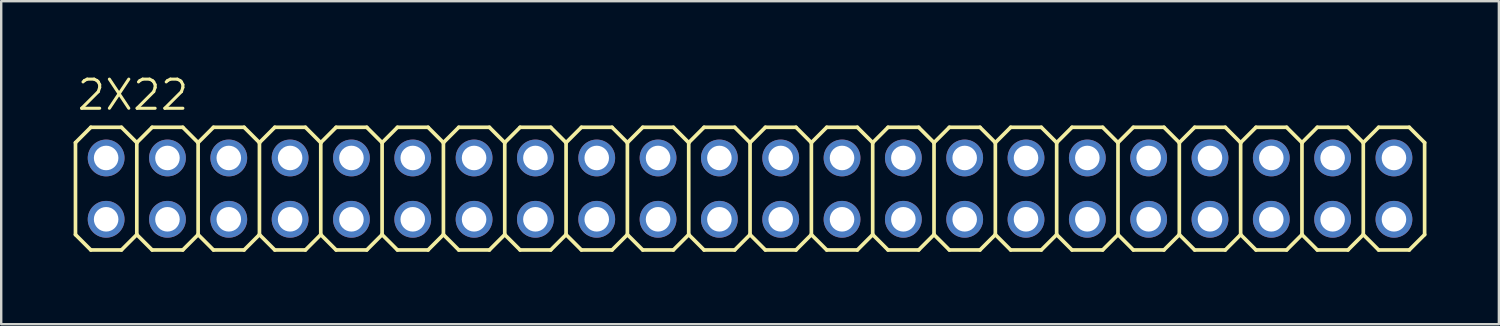
<source format=kicad_pcb>
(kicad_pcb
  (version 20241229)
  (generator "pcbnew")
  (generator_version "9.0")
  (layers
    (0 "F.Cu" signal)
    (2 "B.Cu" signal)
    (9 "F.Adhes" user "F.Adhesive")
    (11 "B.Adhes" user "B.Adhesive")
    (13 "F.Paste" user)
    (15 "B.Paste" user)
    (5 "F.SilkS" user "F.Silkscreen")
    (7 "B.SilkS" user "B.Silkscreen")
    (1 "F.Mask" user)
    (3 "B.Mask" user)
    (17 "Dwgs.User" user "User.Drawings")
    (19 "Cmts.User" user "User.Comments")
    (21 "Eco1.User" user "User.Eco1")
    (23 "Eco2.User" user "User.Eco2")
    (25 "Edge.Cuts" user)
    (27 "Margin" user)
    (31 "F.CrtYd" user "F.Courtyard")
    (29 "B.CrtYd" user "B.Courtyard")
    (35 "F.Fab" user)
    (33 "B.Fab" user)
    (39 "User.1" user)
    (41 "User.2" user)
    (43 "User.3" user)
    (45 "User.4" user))
  (footprint "2X22"
    (layer "F.Cu")
    (at 26.746 4.763)
    (property "Reference" "2X22" (at -26.67 -3.175 0) (layer "F.SilkS") (effects (font (size 1.206 1.206) (thickness 0.127)) (justify left bottom)))
    (attr through_hole)
    (fp_line (start -26.67 -1.905) (end -26.035 -2.54) (stroke (width 0.152) (type solid)) (layer "F.SilkS"))
    (fp_line (start -26.67 1.905) (end -26.67 -1.905) (stroke (width 0.152) (type solid)) (layer "F.SilkS"))
    (fp_line (start -26.67 1.905) (end -26.035 2.54) (stroke (width 0.152) (type solid)) (layer "F.SilkS"))
    (fp_line (start -26.035 -2.54) (end -24.765 -2.54) (stroke (width 0.152) (type solid)) (layer "F.SilkS"))
    (fp_line (start -26.035 2.54) (end -24.765 2.54) (stroke (width 0.152) (type solid)) (layer "F.SilkS"))
    (fp_line (start -24.765 -2.54) (end -24.13 -1.905) (stroke (width 0.152) (type solid)) (layer "F.SilkS"))
    (fp_line (start -24.765 2.54) (end -24.13 1.905) (stroke (width 0.152) (type solid)) (layer "F.SilkS"))
    (fp_line (start -24.13 -1.905) (end -24.13 1.905) (stroke (width 0.152) (type solid)) (layer "F.SilkS"))
    (fp_line (start -24.13 -1.905) (end -23.495 -2.54) (stroke (width 0.152) (type solid)) (layer "F.SilkS"))
    (fp_line (start -24.13 1.905) (end -23.495 2.54) (stroke (width 0.152) (type solid)) (layer "F.SilkS"))
    (fp_line (start -23.495 -2.54) (end -22.225 -2.54) (stroke (width 0.152) (type solid)) (layer "F.SilkS"))
    (fp_line (start -23.495 2.54) (end -22.225 2.54) (stroke (width 0.152) (type solid)) (layer "F.SilkS"))
    (fp_line (start -22.225 -2.54) (end -21.59 -1.905) (stroke (width 0.152) (type solid)) (layer "F.SilkS"))
    (fp_line (start -22.225 2.54) (end -21.59 1.905) (stroke (width 0.152) (type solid)) (layer "F.SilkS"))
    (fp_line (start -21.59 -1.905) (end -21.59 1.905) (stroke (width 0.152) (type solid)) (layer "F.SilkS"))
    (fp_line (start -21.59 -1.905) (end -20.955 -2.54) (stroke (width 0.152) (type solid)) (layer "F.SilkS"))
    (fp_line (start -21.59 1.905) (end -20.955 2.54) (stroke (width 0.152) (type solid)) (layer "F.SilkS"))
    (fp_line (start -20.955 -2.54) (end -19.685 -2.54) (stroke (width 0.152) (type solid)) (layer "F.SilkS"))
    (fp_line (start -20.955 2.54) (end -19.685 2.54) (stroke (width 0.152) (type solid)) (layer "F.SilkS"))
    (fp_line (start -19.685 -2.54) (end -19.05 -1.905) (stroke (width 0.152) (type solid)) (layer "F.SilkS"))
    (fp_line (start -19.685 2.54) (end -19.05 1.905) (stroke (width 0.152) (type solid)) (layer "F.SilkS"))
    (fp_line (start -19.05 -1.905) (end -19.05 1.905) (stroke (width 0.152) (type solid)) (layer "F.SilkS"))
    (fp_line (start -19.05 -1.905) (end -18.415 -2.54) (stroke (width 0.152) (type solid)) (layer "F.SilkS"))
    (fp_line (start -19.05 1.905) (end -18.415 2.54) (stroke (width 0.152) (type solid)) (layer "F.SilkS"))
    (fp_line (start -18.415 -2.54) (end -17.145 -2.54) (stroke (width 0.152) (type solid)) (layer "F.SilkS"))
    (fp_line (start -18.415 2.54) (end -17.145 2.54) (stroke (width 0.152) (type solid)) (layer "F.SilkS"))
    (fp_line (start -17.145 -2.54) (end -16.51 -1.905) (stroke (width 0.152) (type solid)) (layer "F.SilkS"))
    (fp_line (start -17.145 2.54) (end -16.51 1.905) (stroke (width 0.152) (type solid)) (layer "F.SilkS"))
    (fp_line (start -16.51 -1.905) (end -16.51 1.905) (stroke (width 0.152) (type solid)) (layer "F.SilkS"))
    (fp_line (start -16.51 -1.905) (end -15.875 -2.54) (stroke (width 0.152) (type solid)) (layer "F.SilkS"))
    (fp_line (start -16.51 1.905) (end -15.875 2.54) (stroke (width 0.152) (type solid)) (layer "F.SilkS"))
    (fp_line (start -15.875 -2.54) (end -14.605 -2.54) (stroke (width 0.152) (type solid)) (layer "F.SilkS"))
    (fp_line (start -15.875 2.54) (end -14.605 2.54) (stroke (width 0.152) (type solid)) (layer "F.SilkS"))
    (fp_line (start -14.605 -2.54) (end -13.97 -1.905) (stroke (width 0.152) (type solid)) (layer "F.SilkS"))
    (fp_line (start -14.605 2.54) (end -13.97 1.905) (stroke (width 0.152) (type solid)) (layer "F.SilkS"))
    (fp_line (start -13.97 -1.905) (end -13.97 1.905) (stroke (width 0.152) (type solid)) (layer "F.SilkS"))
    (fp_line (start -13.97 -1.905) (end -13.335 -2.54) (stroke (width 0.152) (type solid)) (layer "F.SilkS"))
    (fp_line (start -13.97 1.905) (end -13.335 2.54) (stroke (width 0.152) (type solid)) (layer "F.SilkS"))
    (fp_line (start -13.335 -2.54) (end -12.065 -2.54) (stroke (width 0.152) (type solid)) (layer "F.SilkS"))
    (fp_line (start -13.335 2.54) (end -12.065 2.54) (stroke (width 0.152) (type solid)) (layer "F.SilkS"))
    (fp_line (start -12.065 -2.54) (end -11.43 -1.905) (stroke (width 0.152) (type solid)) (layer "F.SilkS"))
    (fp_line (start -12.065 2.54) (end -11.43 1.905) (stroke (width 0.152) (type solid)) (layer "F.SilkS"))
    (fp_line (start -11.43 -1.905) (end -11.43 1.905) (stroke (width 0.152) (type solid)) (layer "F.SilkS"))
    (fp_line (start -11.43 -1.905) (end -10.795 -2.54) (stroke (width 0.152) (type solid)) (layer "F.SilkS"))
    (fp_line (start -11.43 1.905) (end -10.795 2.54) (stroke (width 0.152) (type solid)) (layer "F.SilkS"))
    (fp_line (start -10.795 -2.54) (end -9.525 -2.54) (stroke (width 0.152) (type solid)) (layer "F.SilkS"))
    (fp_line (start -9.525 -2.54) (end -8.89 -1.905) (stroke (width 0.152) (type solid)) (layer "F.SilkS"))
    (fp_line (start -9.525 2.54) (end -10.795 2.54) (stroke (width 0.152) (type solid)) (layer "F.SilkS"))
    (fp_line (start -8.89 -1.905) (end -8.89 1.905) (stroke (width 0.152) (type solid)) (layer "F.SilkS"))
    (fp_line (start -8.89 -1.905) (end -8.255 -2.54) (stroke (width 0.152) (type solid)) (layer "F.SilkS"))
    (fp_line (start -8.89 1.905) (end -9.525 2.54) (stroke (width 0.152) (type solid)) (layer "F.SilkS"))
    (fp_line (start -8.89 1.905) (end -8.255 2.54) (stroke (width 0.152) (type solid)) (layer "F.SilkS"))
    (fp_line (start -8.255 -2.54) (end -6.985 -2.54) (stroke (width 0.152) (type solid)) (layer "F.SilkS"))
    (fp_line (start -6.985 -2.54) (end -6.35 -1.905) (stroke (width 0.152) (type solid)) (layer "F.SilkS"))
    (fp_line (start -6.985 2.54) (end -8.255 2.54) (stroke (width 0.152) (type solid)) (layer "F.SilkS"))
    (fp_line (start -6.35 -1.905) (end -6.35 1.905) (stroke (width 0.152) (type solid)) (layer "F.SilkS"))
    (fp_line (start -6.35 -1.905) (end -5.715 -2.54) (stroke (width 0.152) (type solid)) (layer "F.SilkS"))
    (fp_line (start -6.35 1.905) (end -6.985 2.54) (stroke (width 0.152) (type solid)) (layer "F.SilkS"))
    (fp_line (start -6.35 1.905) (end -5.715 2.54) (stroke (width 0.152) (type solid)) (layer "F.SilkS"))
    (fp_line (start -5.715 -2.54) (end -4.445 -2.54) (stroke (width 0.152) (type solid)) (layer "F.SilkS"))
    (fp_line (start -4.445 -2.54) (end -3.81 -1.905) (stroke (width 0.152) (type solid)) (layer "F.SilkS"))
    (fp_line (start -4.445 2.54) (end -5.715 2.54) (stroke (width 0.152) (type solid)) (layer "F.SilkS"))
    (fp_line (start -3.81 -1.905) (end -3.81 1.905) (stroke (width 0.152) (type solid)) (layer "F.SilkS"))
    (fp_line (start -3.81 -1.905) (end -3.175 -2.54) (stroke (width 0.152) (type solid)) (layer "F.SilkS"))
    (fp_line (start -3.81 1.905) (end -4.445 2.54) (stroke (width 0.152) (type solid)) (layer "F.SilkS"))
    (fp_line (start -3.81 1.905) (end -3.175 2.54) (stroke (width 0.152) (type solid)) (layer "F.SilkS"))
    (fp_line (start -3.175 -2.54) (end -1.905 -2.54) (stroke (width 0.152) (type solid)) (layer "F.SilkS"))
    (fp_line (start -1.905 -2.54) (end -1.27 -1.905) (stroke (width 0.152) (type solid)) (layer "F.SilkS"))
    (fp_line (start -1.905 2.54) (end -3.175 2.54) (stroke (width 0.152) (type solid)) (layer "F.SilkS"))
    (fp_line (start -1.27 -1.905) (end -1.27 1.905) (stroke (width 0.152) (type solid)) (layer "F.SilkS"))
    (fp_line (start -1.27 -1.905) (end -0.635 -2.54) (stroke (width 0.152) (type solid)) (layer "F.SilkS"))
    (fp_line (start -1.27 1.905) (end -1.905 2.54) (stroke (width 0.152) (type solid)) (layer "F.SilkS"))
    (fp_line (start -1.27 1.905) (end -0.635 2.54) (stroke (width 0.152) (type solid)) (layer "F.SilkS"))
    (fp_line (start -0.635 -2.54) (end 0.635 -2.54) (stroke (width 0.152) (type solid)) (layer "F.SilkS"))
    (fp_line (start 0.635 -2.54) (end 1.27 -1.905) (stroke (width 0.152) (type solid)) (layer "F.SilkS"))
    (fp_line (start 0.635 2.54) (end -0.635 2.54) (stroke (width 0.152) (type solid)) (layer "F.SilkS"))
    (fp_line (start 1.27 -1.905) (end 1.27 1.905) (stroke (width 0.152) (type solid)) (layer "F.SilkS"))
    (fp_line (start 1.27 -1.905) (end 1.905 -2.54) (stroke (width 0.152) (type solid)) (layer "F.SilkS"))
    (fp_line (start 1.27 1.905) (end 0.635 2.54) (stroke (width 0.152) (type solid)) (layer "F.SilkS"))
    (fp_line (start 1.27 1.905) (end 1.905 2.54) (stroke (width 0.152) (type solid)) (layer "F.SilkS"))
    (fp_line (start 1.905 -2.54) (end 3.175 -2.54) (stroke (width 0.152) (type solid)) (layer "F.SilkS"))
    (fp_line (start 3.175 2.54) (end 1.905 2.54) (stroke (width 0.152) (type solid)) (layer "F.SilkS"))
    (fp_line (start 3.81 -1.905) (end 3.175 -2.54) (stroke (width 0.152) (type solid)) (layer "F.SilkS"))
    (fp_line (start 3.81 -1.905) (end 3.81 1.905) (stroke (width 0.152) (type solid)) (layer "F.SilkS"))
    (fp_line (start 3.81 -1.905) (end 4.445 -2.54) (stroke (width 0.152) (type solid)) (layer "F.SilkS"))
    (fp_line (start 3.81 1.905) (end 3.175 2.54) (stroke (width 0.152) (type solid)) (layer "F.SilkS"))
    (fp_line (start 3.81 1.905) (end 4.445 2.54) (stroke (width 0.152) (type solid)) (layer "F.SilkS"))
    (fp_line (start 5.715 -2.54) (end 4.445 -2.54) (stroke (width 0.152) (type solid)) (layer "F.SilkS"))
    (fp_line (start 5.715 -2.54) (end 6.35 -1.905) (stroke (width 0.152) (type solid)) (layer "F.SilkS"))
    (fp_line (start 5.715 2.54) (end 4.445 2.54) (stroke (width 0.152) (type solid)) (layer "F.SilkS"))
    (fp_line (start 6.35 -1.905) (end 6.35 1.905) (stroke (width 0.152) (type solid)) (layer "F.SilkS"))
    (fp_line (start 6.35 -1.905) (end 6.985 -2.54) (stroke (width 0.152) (type solid)) (layer "F.SilkS"))
    (fp_line (start 6.35 1.905) (end 5.715 2.54) (stroke (width 0.152) (type solid)) (layer "F.SilkS"))
    (fp_line (start 6.35 1.905) (end 6.985 2.54) (stroke (width 0.152) (type solid)) (layer "F.SilkS"))
    (fp_line (start 8.255 -2.54) (end 6.985 -2.54) (stroke (width 0.152) (type solid)) (layer "F.SilkS"))
    (fp_line (start 8.255 -2.54) (end 8.89 -1.905) (stroke (width 0.152) (type solid)) (layer "F.SilkS"))
    (fp_line (start 8.255 2.54) (end 6.985 2.54) (stroke (width 0.152) (type solid)) (layer "F.SilkS"))
    (fp_line (start 8.89 -1.905) (end 8.89 1.905) (stroke (width 0.152) (type solid)) (layer "F.SilkS"))
    (fp_line (start 8.89 -1.905) (end 9.525 -2.54) (stroke (width 0.152) (type solid)) (layer "F.SilkS"))
    (fp_line (start 8.89 1.905) (end 8.255 2.54) (stroke (width 0.152) (type solid)) (layer "F.SilkS"))
    (fp_line (start 9.525 2.54) (end 8.89 1.905) (stroke (width 0.152) (type solid)) (layer "F.SilkS"))
    (fp_line (start 9.525 2.54) (end 10.795 2.54) (stroke (width 0.152) (type solid)) (layer "F.SilkS"))
    (fp_line (start 10.795 -2.54) (end 9.525 -2.54) (stroke (width 0.152) (type solid)) (layer "F.SilkS"))
    (fp_line (start 10.795 -2.54) (end 11.43 -1.905) (stroke (width 0.152) (type solid)) (layer "F.SilkS"))
    (fp_line (start 11.43 -1.905) (end 11.43 1.905) (stroke (width 0.152) (type solid)) (layer "F.SilkS"))
    (fp_line (start 11.43 -1.905) (end 12.065 -2.54) (stroke (width 0.152) (type solid)) (layer "F.SilkS"))
    (fp_line (start 11.43 1.905) (end 10.795 2.54) (stroke (width 0.152) (type solid)) (layer "F.SilkS"))
    (fp_line (start 12.065 2.54) (end 11.43 1.905) (stroke (width 0.152) (type solid)) (layer "F.SilkS"))
    (fp_line (start 12.065 2.54) (end 13.335 2.54) (stroke (width 0.152) (type solid)) (layer "F.SilkS"))
    (fp_line (start 13.335 -2.54) (end 12.065 -2.54) (stroke (width 0.152) (type solid)) (layer "F.SilkS"))
    (fp_line (start 13.335 -2.54) (end 13.97 -1.905) (stroke (width 0.152) (type solid)) (layer "F.SilkS"))
    (fp_line (start 13.97 -1.905) (end 13.97 1.905) (stroke (width 0.152) (type solid)) (layer "F.SilkS"))
    (fp_line (start 13.97 -1.905) (end 14.605 -2.54) (stroke (width 0.152) (type solid)) (layer "F.SilkS"))
    (fp_line (start 13.97 1.905) (end 13.335 2.54) (stroke (width 0.152) (type solid)) (layer "F.SilkS"))
    (fp_line (start 13.97 1.905) (end 14.605 2.54) (stroke (width 0.152) (type solid)) (layer "F.SilkS"))
    (fp_line (start 15.875 -2.54) (end 14.605 -2.54) (stroke (width 0.152) (type solid)) (layer "F.SilkS"))
    (fp_line (start 15.875 -2.54) (end 16.51 -1.905) (stroke (width 0.152) (type solid)) (layer "F.SilkS"))
    (fp_line (start 15.875 2.54) (end 14.605 2.54) (stroke (width 0.152) (type solid)) (layer "F.SilkS"))
    (fp_line (start 16.51 -1.905) (end 16.51 1.905) (stroke (width 0.152) (type solid)) (layer "F.SilkS"))
    (fp_line (start 16.51 -1.905) (end 17.145 -2.54) (stroke (width 0.152) (type solid)) (layer "F.SilkS"))
    (fp_line (start 16.51 1.905) (end 15.875 2.54) (stroke (width 0.152) (type solid)) (layer "F.SilkS"))
    (fp_line (start 16.51 1.905) (end 17.145 2.54) (stroke (width 0.152) (type solid)) (layer "F.SilkS"))
    (fp_line (start 18.415 -2.54) (end 17.145 -2.54) (stroke (width 0.152) (type solid)) (layer "F.SilkS"))
    (fp_line (start 18.415 -2.54) (end 19.05 -1.905) (stroke (width 0.152) (type solid)) (layer "F.SilkS"))
    (fp_line (start 18.415 2.54) (end 17.145 2.54) (stroke (width 0.152) (type solid)) (layer "F.SilkS"))
    (fp_line (start 19.05 -1.905) (end 19.05 1.905) (stroke (width 0.152) (type solid)) (layer "F.SilkS"))
    (fp_line (start 19.05 -1.905) (end 19.685 -2.54) (stroke (width 0.152) (type solid)) (layer "F.SilkS"))
    (fp_line (start 19.05 1.905) (end 18.415 2.54) (stroke (width 0.152) (type solid)) (layer "F.SilkS"))
    (fp_line (start 19.05 1.905) (end 19.685 2.54) (stroke (width 0.152) (type solid)) (layer "F.SilkS"))
    (fp_line (start 20.955 -2.54) (end 19.685 -2.54) (stroke (width 0.152) (type solid)) (layer "F.SilkS"))
    (fp_line (start 20.955 -2.54) (end 21.59 -1.905) (stroke (width 0.152) (type solid)) (layer "F.SilkS"))
    (fp_line (start 20.955 2.54) (end 19.685 2.54) (stroke (width 0.152) (type solid)) (layer "F.SilkS"))
    (fp_line (start 21.59 -1.905) (end 21.59 1.905) (stroke (width 0.152) (type solid)) (layer "F.SilkS"))
    (fp_line (start 21.59 -1.905) (end 22.225 -2.54) (stroke (width 0.152) (type solid)) (layer "F.SilkS"))
    (fp_line (start 21.59 1.905) (end 20.955 2.54) (stroke (width 0.152) (type solid)) (layer "F.SilkS"))
    (fp_line (start 21.59 1.905) (end 22.225 2.54) (stroke (width 0.152) (type solid)) (layer "F.SilkS"))
    (fp_line (start 23.495 -2.54) (end 22.225 -2.54) (stroke (width 0.152) (type solid)) (layer "F.SilkS"))
    (fp_line (start 23.495 -2.54) (end 24.13 -1.905) (stroke (width 0.152) (type solid)) (layer "F.SilkS"))
    (fp_line (start 23.495 2.54) (end 22.225 2.54) (stroke (width 0.152) (type solid)) (layer "F.SilkS"))
    (fp_line (start 24.13 -1.905) (end 24.13 1.905) (stroke (width 0.152) (type solid)) (layer "F.SilkS"))
    (fp_line (start 24.13 -1.905) (end 24.765 -2.54) (stroke (width 0.152) (type solid)) (layer "F.SilkS"))
    (fp_line (start 24.13 1.905) (end 23.495 2.54) (stroke (width 0.152) (type solid)) (layer "F.SilkS"))
    (fp_line (start 24.13 1.905) (end 24.765 2.54) (stroke (width 0.152) (type solid)) (layer "F.SilkS"))
    (fp_line (start 26.035 -2.54) (end 24.765 -2.54) (stroke (width 0.152) (type solid)) (layer "F.SilkS"))
    (fp_line (start 26.035 -2.54) (end 26.67 -1.905) (stroke (width 0.152) (type solid)) (layer "F.SilkS"))
    (fp_line (start 26.035 2.54) (end 24.765 2.54) (stroke (width 0.152) (type solid)) (layer "F.SilkS"))
    (fp_line (start 26.67 -1.905) (end 26.67 1.905) (stroke (width 0.152) (type solid)) (layer "F.SilkS"))
    (fp_line (start 26.67 -1.905) (end 27.305 -2.54) (stroke (width 0.152) (type solid)) (layer "F.SilkS"))
    (fp_line (start 26.67 1.905) (end 26.035 2.54) (stroke (width 0.152) (type solid)) (layer "F.SilkS"))
    (fp_line (start 26.67 1.905) (end 27.305 2.54) (stroke (width 0.152) (type solid)) (layer "F.SilkS"))
    (fp_line (start 28.575 -2.54) (end 27.305 -2.54) (stroke (width 0.152) (type solid)) (layer "F.SilkS"))
    (fp_line (start 28.575 -2.54) (end 29.21 -1.905) (stroke (width 0.152) (type solid)) (layer "F.SilkS"))
    (fp_line (start 28.575 2.54) (end 27.305 2.54) (stroke (width 0.152) (type solid)) (layer "F.SilkS"))
    (fp_line (start 29.21 -1.905) (end 29.21 1.905) (stroke (width 0.152) (type solid)) (layer "F.SilkS"))
    (fp_line (start 29.21 1.905) (end 28.575 2.54) (stroke (width 0.152) (type solid)) (layer "F.SilkS"))
    (fp_poly (pts (xy -25.654 -1.016) (xy -25.146 -1.016) (xy -25.146 -1.524) (xy -25.654 -1.524)) (stroke (width 0.1) (type solid)) (fill no) (layer "F.Fab"))
    (fp_poly (pts (xy -25.654 1.524) (xy -25.146 1.524) (xy -25.146 1.016) (xy -25.654 1.016)) (stroke (width 0.1) (type solid)) (fill no) (layer "F.Fab"))
    (fp_poly (pts (xy -23.114 -1.016) (xy -22.606 -1.016) (xy -22.606 -1.524) (xy -23.114 -1.524)) (stroke (width 0.1) (type solid)) (fill no) (layer "F.Fab"))
    (fp_poly (pts (xy -23.114 1.524) (xy -22.606 1.524) (xy -22.606 1.016) (xy -23.114 1.016)) (stroke (width 0.1) (type solid)) (fill no) (layer "F.Fab"))
    (fp_poly (pts (xy -20.574 -1.016) (xy -20.066 -1.016) (xy -20.066 -1.524) (xy -20.574 -1.524)) (stroke (width 0.1) (type solid)) (fill no) (layer "F.Fab"))
    (fp_poly (pts (xy -20.574 1.524) (xy -20.066 1.524) (xy -20.066 1.016) (xy -20.574 1.016)) (stroke (width 0.1) (type solid)) (fill no) (layer "F.Fab"))
    (fp_poly (pts (xy -18.034 -1.016) (xy -17.526 -1.016) (xy -17.526 -1.524) (xy -18.034 -1.524)) (stroke (width 0.1) (type solid)) (fill no) (layer "F.Fab"))
    (fp_poly (pts (xy -18.034 1.524) (xy -17.526 1.524) (xy -17.526 1.016) (xy -18.034 1.016)) (stroke (width 0.1) (type solid)) (fill no) (layer "F.Fab"))
    (fp_poly (pts (xy -15.494 -1.016) (xy -14.986 -1.016) (xy -14.986 -1.524) (xy -15.494 -1.524)) (stroke (width 0.1) (type solid)) (fill no) (layer "F.Fab"))
    (fp_poly (pts (xy -15.494 1.524) (xy -14.986 1.524) (xy -14.986 1.016) (xy -15.494 1.016)) (stroke (width 0.1) (type solid)) (fill no) (layer "F.Fab"))
    (fp_poly (pts (xy -12.954 -1.016) (xy -12.446 -1.016) (xy -12.446 -1.524) (xy -12.954 -1.524)) (stroke (width 0.1) (type solid)) (fill no) (layer "F.Fab"))
    (fp_poly (pts (xy -12.954 1.524) (xy -12.446 1.524) (xy -12.446 1.016) (xy -12.954 1.016)) (stroke (width 0.1) (type solid)) (fill no) (layer "F.Fab"))
    (fp_poly (pts (xy -10.414 -1.016) (xy -9.906 -1.016) (xy -9.906 -1.524) (xy -10.414 -1.524)) (stroke (width 0.1) (type solid)) (fill no) (layer "F.Fab"))
    (fp_poly (pts (xy -10.414 1.524) (xy -9.906 1.524) (xy -9.906 1.016) (xy -10.414 1.016)) (stroke (width 0.1) (type solid)) (fill no) (layer "F.Fab"))
    (fp_poly (pts (xy -7.874 -1.016) (xy -7.366 -1.016) (xy -7.366 -1.524) (xy -7.874 -1.524)) (stroke (width 0.1) (type solid)) (fill no) (layer "F.Fab"))
    (fp_poly (pts (xy -7.874 1.524) (xy -7.366 1.524) (xy -7.366 1.016) (xy -7.874 1.016)) (stroke (width 0.1) (type solid)) (fill no) (layer "F.Fab"))
    (fp_poly (pts (xy -5.334 -1.016) (xy -4.826 -1.016) (xy -4.826 -1.524) (xy -5.334 -1.524)) (stroke (width 0.1) (type solid)) (fill no) (layer "F.Fab"))
    (fp_poly (pts (xy -5.334 1.524) (xy -4.826 1.524) (xy -4.826 1.016) (xy -5.334 1.016)) (stroke (width 0.1) (type solid)) (fill no) (layer "F.Fab"))
    (fp_poly (pts (xy -2.794 -1.016) (xy -2.286 -1.016) (xy -2.286 -1.524) (xy -2.794 -1.524)) (stroke (width 0.1) (type solid)) (fill no) (layer "F.Fab"))
    (fp_poly (pts (xy -2.794 1.524) (xy -2.286 1.524) (xy -2.286 1.016) (xy -2.794 1.016)) (stroke (width 0.1) (type solid)) (fill no) (layer "F.Fab"))
    (fp_poly (pts (xy -0.254 -1.016) (xy 0.254 -1.016) (xy 0.254 -1.524) (xy -0.254 -1.524)) (stroke (width 0.1) (type solid)) (fill no) (layer "F.Fab"))
    (fp_poly (pts (xy -0.254 1.524) (xy 0.254 1.524) (xy 0.254 1.016) (xy -0.254 1.016)) (stroke (width 0.1) (type solid)) (fill no) (layer "F.Fab"))
    (fp_poly (pts (xy 2.286 -1.016) (xy 2.794 -1.016) (xy 2.794 -1.524) (xy 2.286 -1.524)) (stroke (width 0.1) (type solid)) (fill no) (layer "F.Fab"))
    (fp_poly (pts (xy 2.286 1.524) (xy 2.794 1.524) (xy 2.794 1.016) (xy 2.286 1.016)) (stroke (width 0.1) (type solid)) (fill no) (layer "F.Fab"))
    (fp_poly (pts (xy 4.826 -1.016) (xy 5.334 -1.016) (xy 5.334 -1.524) (xy 4.826 -1.524)) (stroke (width 0.1) (type solid)) (fill no) (layer "F.Fab"))
    (fp_poly (pts (xy 4.826 1.524) (xy 5.334 1.524) (xy 5.334 1.016) (xy 4.826 1.016)) (stroke (width 0.1) (type solid)) (fill no) (layer "F.Fab"))
    (fp_poly (pts (xy 7.366 -1.016) (xy 7.874 -1.016) (xy 7.874 -1.524) (xy 7.366 -1.524)) (stroke (width 0.1) (type solid)) (fill no) (layer "F.Fab"))
    (fp_poly (pts (xy 7.366 1.524) (xy 7.874 1.524) (xy 7.874 1.016) (xy 7.366 1.016)) (stroke (width 0.1) (type solid)) (fill no) (layer "F.Fab"))
    (fp_poly (pts (xy 9.906 -1.016) (xy 10.414 -1.016) (xy 10.414 -1.524) (xy 9.906 -1.524)) (stroke (width 0.1) (type solid)) (fill no) (layer "F.Fab"))
    (fp_poly (pts (xy 9.906 1.524) (xy 10.414 1.524) (xy 10.414 1.016) (xy 9.906 1.016)) (stroke (width 0.1) (type solid)) (fill no) (layer "F.Fab"))
    (fp_poly (pts (xy 12.446 -1.016) (xy 12.954 -1.016) (xy 12.954 -1.524) (xy 12.446 -1.524)) (stroke (width 0.1) (type solid)) (fill no) (layer "F.Fab"))
    (fp_poly (pts (xy 12.446 1.524) (xy 12.954 1.524) (xy 12.954 1.016) (xy 12.446 1.016)) (stroke (width 0.1) (type solid)) (fill no) (layer "F.Fab"))
    (fp_poly (pts (xy 14.986 -1.016) (xy 15.494 -1.016) (xy 15.494 -1.524) (xy 14.986 -1.524)) (stroke (width 0.1) (type solid)) (fill no) (layer "F.Fab"))
    (fp_poly (pts (xy 14.986 1.524) (xy 15.494 1.524) (xy 15.494 1.016) (xy 14.986 1.016)) (stroke (width 0.1) (type solid)) (fill no) (layer "F.Fab"))
    (fp_poly (pts (xy 17.526 -1.016) (xy 18.034 -1.016) (xy 18.034 -1.524) (xy 17.526 -1.524)) (stroke (width 0.1) (type solid)) (fill no) (layer "F.Fab"))
    (fp_poly (pts (xy 17.526 1.524) (xy 18.034 1.524) (xy 18.034 1.016) (xy 17.526 1.016)) (stroke (width 0.1) (type solid)) (fill no) (layer "F.Fab"))
    (fp_poly (pts (xy 20.066 -1.016) (xy 20.574 -1.016) (xy 20.574 -1.524) (xy 20.066 -1.524)) (stroke (width 0.1) (type solid)) (fill no) (layer "F.Fab"))
    (fp_poly (pts (xy 20.066 1.524) (xy 20.574 1.524) (xy 20.574 1.016) (xy 20.066 1.016)) (stroke (width 0.1) (type solid)) (fill no) (layer "F.Fab"))
    (fp_poly (pts (xy 22.606 -1.016) (xy 23.114 -1.016) (xy 23.114 -1.524) (xy 22.606 -1.524)) (stroke (width 0.1) (type solid)) (fill no) (layer "F.Fab"))
    (fp_poly (pts (xy 22.606 1.524) (xy 23.114 1.524) (xy 23.114 1.016) (xy 22.606 1.016)) (stroke (width 0.1) (type solid)) (fill no) (layer "F.Fab"))
    (fp_poly (pts (xy 25.146 -1.016) (xy 25.654 -1.016) (xy 25.654 -1.524) (xy 25.146 -1.524)) (stroke (width 0.1) (type solid)) (fill no) (layer "F.Fab"))
    (fp_poly (pts (xy 25.146 1.524) (xy 25.654 1.524) (xy 25.654 1.016) (xy 25.146 1.016)) (stroke (width 0.1) (type solid)) (fill no) (layer "F.Fab"))
    (fp_poly (pts (xy 27.686 -1.016) (xy 28.194 -1.016) (xy 28.194 -1.524) (xy 27.686 -1.524)) (stroke (width 0.1) (type solid)) (fill no) (layer "F.Fab"))
    (fp_poly (pts (xy 27.686 1.524) (xy 28.194 1.524) (xy 28.194 1.016) (xy 27.686 1.016)) (stroke (width 0.1) (type solid)) (fill no) (layer "F.Fab"))
    (pad "1" thru_hole circle (at -25.4 1.27) (size 1.524 1.524) (drill 1.016) (layers "*.Cu" "*.Mask"))
    (pad "2" thru_hole circle (at -25.4 -1.27) (size 1.524 1.524) (drill 1.016) (layers "*.Cu" "*.Mask"))
    (pad "3" thru_hole circle (at -22.86 1.27) (size 1.524 1.524) (drill 1.016) (layers "*.Cu" "*.Mask"))
    (pad "4" thru_hole circle (at -22.86 -1.27) (size 1.524 1.524) (drill 1.016) (layers "*.Cu" "*.Mask"))
    (pad "5" thru_hole circle (at -20.32 1.27) (size 1.524 1.524) (drill 1.016) (layers "*.Cu" "*.Mask"))
    (pad "6" thru_hole circle (at -20.32 -1.27) (size 1.524 1.524) (drill 1.016) (layers "*.Cu" "*.Mask"))
    (pad "7" thru_hole circle (at -17.78 1.27) (size 1.524 1.524) (drill 1.016) (layers "*.Cu" "*.Mask"))
    (pad "8" thru_hole circle (at -17.78 -1.27) (size 1.524 1.524) (drill 1.016) (layers "*.Cu" "*.Mask"))
    (pad "9" thru_hole circle (at -15.24 1.27) (size 1.524 1.524) (drill 1.016) (layers "*.Cu" "*.Mask"))
    (pad "10" thru_hole circle (at -15.24 -1.27) (size 1.524 1.524) (drill 1.016) (layers "*.Cu" "*.Mask"))
    (pad "11" thru_hole circle (at -12.7 1.27) (size 1.524 1.524) (drill 1.016) (layers "*.Cu" "*.Mask"))
    (pad "12" thru_hole circle (at -12.7 -1.27) (size 1.524 1.524) (drill 1.016) (layers "*.Cu" "*.Mask"))
    (pad "13" thru_hole circle (at -10.16 1.27) (size 1.524 1.524) (drill 1.016) (layers "*.Cu" "*.Mask"))
    (pad "14" thru_hole circle (at -10.16 -1.27) (size 1.524 1.524) (drill 1.016) (layers "*.Cu" "*.Mask"))
    (pad "15" thru_hole circle (at -7.62 1.27) (size 1.524 1.524) (drill 1.016) (layers "*.Cu" "*.Mask"))
    (pad "16" thru_hole circle (at -7.62 -1.27) (size 1.524 1.524) (drill 1.016) (layers "*.Cu" "*.Mask"))
    (pad "17" thru_hole circle (at -5.08 1.27) (size 1.524 1.524) (drill 1.016) (layers "*.Cu" "*.Mask"))
    (pad "18" thru_hole circle (at -5.08 -1.27) (size 1.524 1.524) (drill 1.016) (layers "*.Cu" "*.Mask"))
    (pad "19" thru_hole circle (at -2.54 1.27) (size 1.524 1.524) (drill 1.016) (layers "*.Cu" "*.Mask"))
    (pad "20" thru_hole circle (at -2.54 -1.27) (size 1.524 1.524) (drill 1.016) (layers "*.Cu" "*.Mask"))
    (pad "21" thru_hole circle (at 0 1.27) (size 1.524 1.524) (drill 1.016) (layers "*.Cu" "*.Mask"))
    (pad "22" thru_hole circle (at 0 -1.27) (size 1.524 1.524) (drill 1.016) (layers "*.Cu" "*.Mask"))
    (pad "23" thru_hole circle (at 2.54 1.27) (size 1.524 1.524) (drill 1.016) (layers "*.Cu" "*.Mask"))
    (pad "24" thru_hole circle (at 2.54 -1.27) (size 1.524 1.524) (drill 1.016) (layers "*.Cu" "*.Mask"))
    (pad "25" thru_hole circle (at 5.08 1.27) (size 1.524 1.524) (drill 1.016) (layers "*.Cu" "*.Mask"))
    (pad "26" thru_hole circle (at 5.08 -1.27) (size 1.524 1.524) (drill 1.016) (layers "*.Cu" "*.Mask"))
    (pad "27" thru_hole circle (at 7.62 1.27) (size 1.524 1.524) (drill 1.016) (layers "*.Cu" "*.Mask"))
    (pad "28" thru_hole circle (at 7.62 -1.27) (size 1.524 1.524) (drill 1.016) (layers "*.Cu" "*.Mask"))
    (pad "29" thru_hole circle (at 10.16 1.27) (size 1.524 1.524) (drill 1.016) (layers "*.Cu" "*.Mask"))
    (pad "30" thru_hole circle (at 10.16 -1.27) (size 1.524 1.524) (drill 1.016) (layers "*.Cu" "*.Mask"))
    (pad "31" thru_hole circle (at 12.7 1.27) (size 1.524 1.524) (drill 1.016) (layers "*.Cu" "*.Mask"))
    (pad "32" thru_hole circle (at 12.7 -1.27) (size 1.524 1.524) (drill 1.016) (layers "*.Cu" "*.Mask"))
    (pad "33" thru_hole circle (at 15.24 1.27) (size 1.524 1.524) (drill 1.016) (layers "*.Cu" "*.Mask"))
    (pad "34" thru_hole circle (at 15.24 -1.27) (size 1.524 1.524) (drill 1.016) (layers "*.Cu" "*.Mask"))
    (pad "35" thru_hole circle (at 17.78 1.27) (size 1.524 1.524) (drill 1.016) (layers "*.Cu" "*.Mask"))
    (pad "36" thru_hole circle (at 17.78 -1.27) (size 1.524 1.524) (drill 1.016) (layers "*.Cu" "*.Mask"))
    (pad "37" thru_hole circle (at 20.32 1.27) (size 1.524 1.524) (drill 1.016) (layers "*.Cu" "*.Mask"))
    (pad "38" thru_hole circle (at 20.32 -1.27) (size 1.524 1.524) (drill 1.016) (layers "*.Cu" "*.Mask"))
    (pad "39" thru_hole circle (at 22.86 1.27) (size 1.524 1.524) (drill 1.016) (layers "*.Cu" "*.Mask"))
    (pad "40" thru_hole circle (at 22.86 -1.27) (size 1.524 1.524) (drill 1.016) (layers "*.Cu" "*.Mask"))
    (pad "41" thru_hole circle (at 25.4 1.27) (size 1.524 1.524) (drill 1.016) (layers "*.Cu" "*.Mask"))
    (pad "42" thru_hole circle (at 25.4 -1.27) (size 1.524 1.524) (drill 1.016) (layers "*.Cu" "*.Mask"))
    (pad "43" thru_hole circle (at 27.94 1.27) (size 1.524 1.524) (drill 1.016) (layers "*.Cu" "*.Mask"))
    (pad "44" thru_hole circle (at 27.94 -1.27) (size 1.524 1.524) (drill 1.016) (layers "*.Cu" "*.Mask")))
  (gr_rect
    (start -3 -3)
    (end 59.032 10.379)
    (stroke (width 0.1) (type default))
    (fill no)
    (layer "Edge.Cuts")))
</source>
